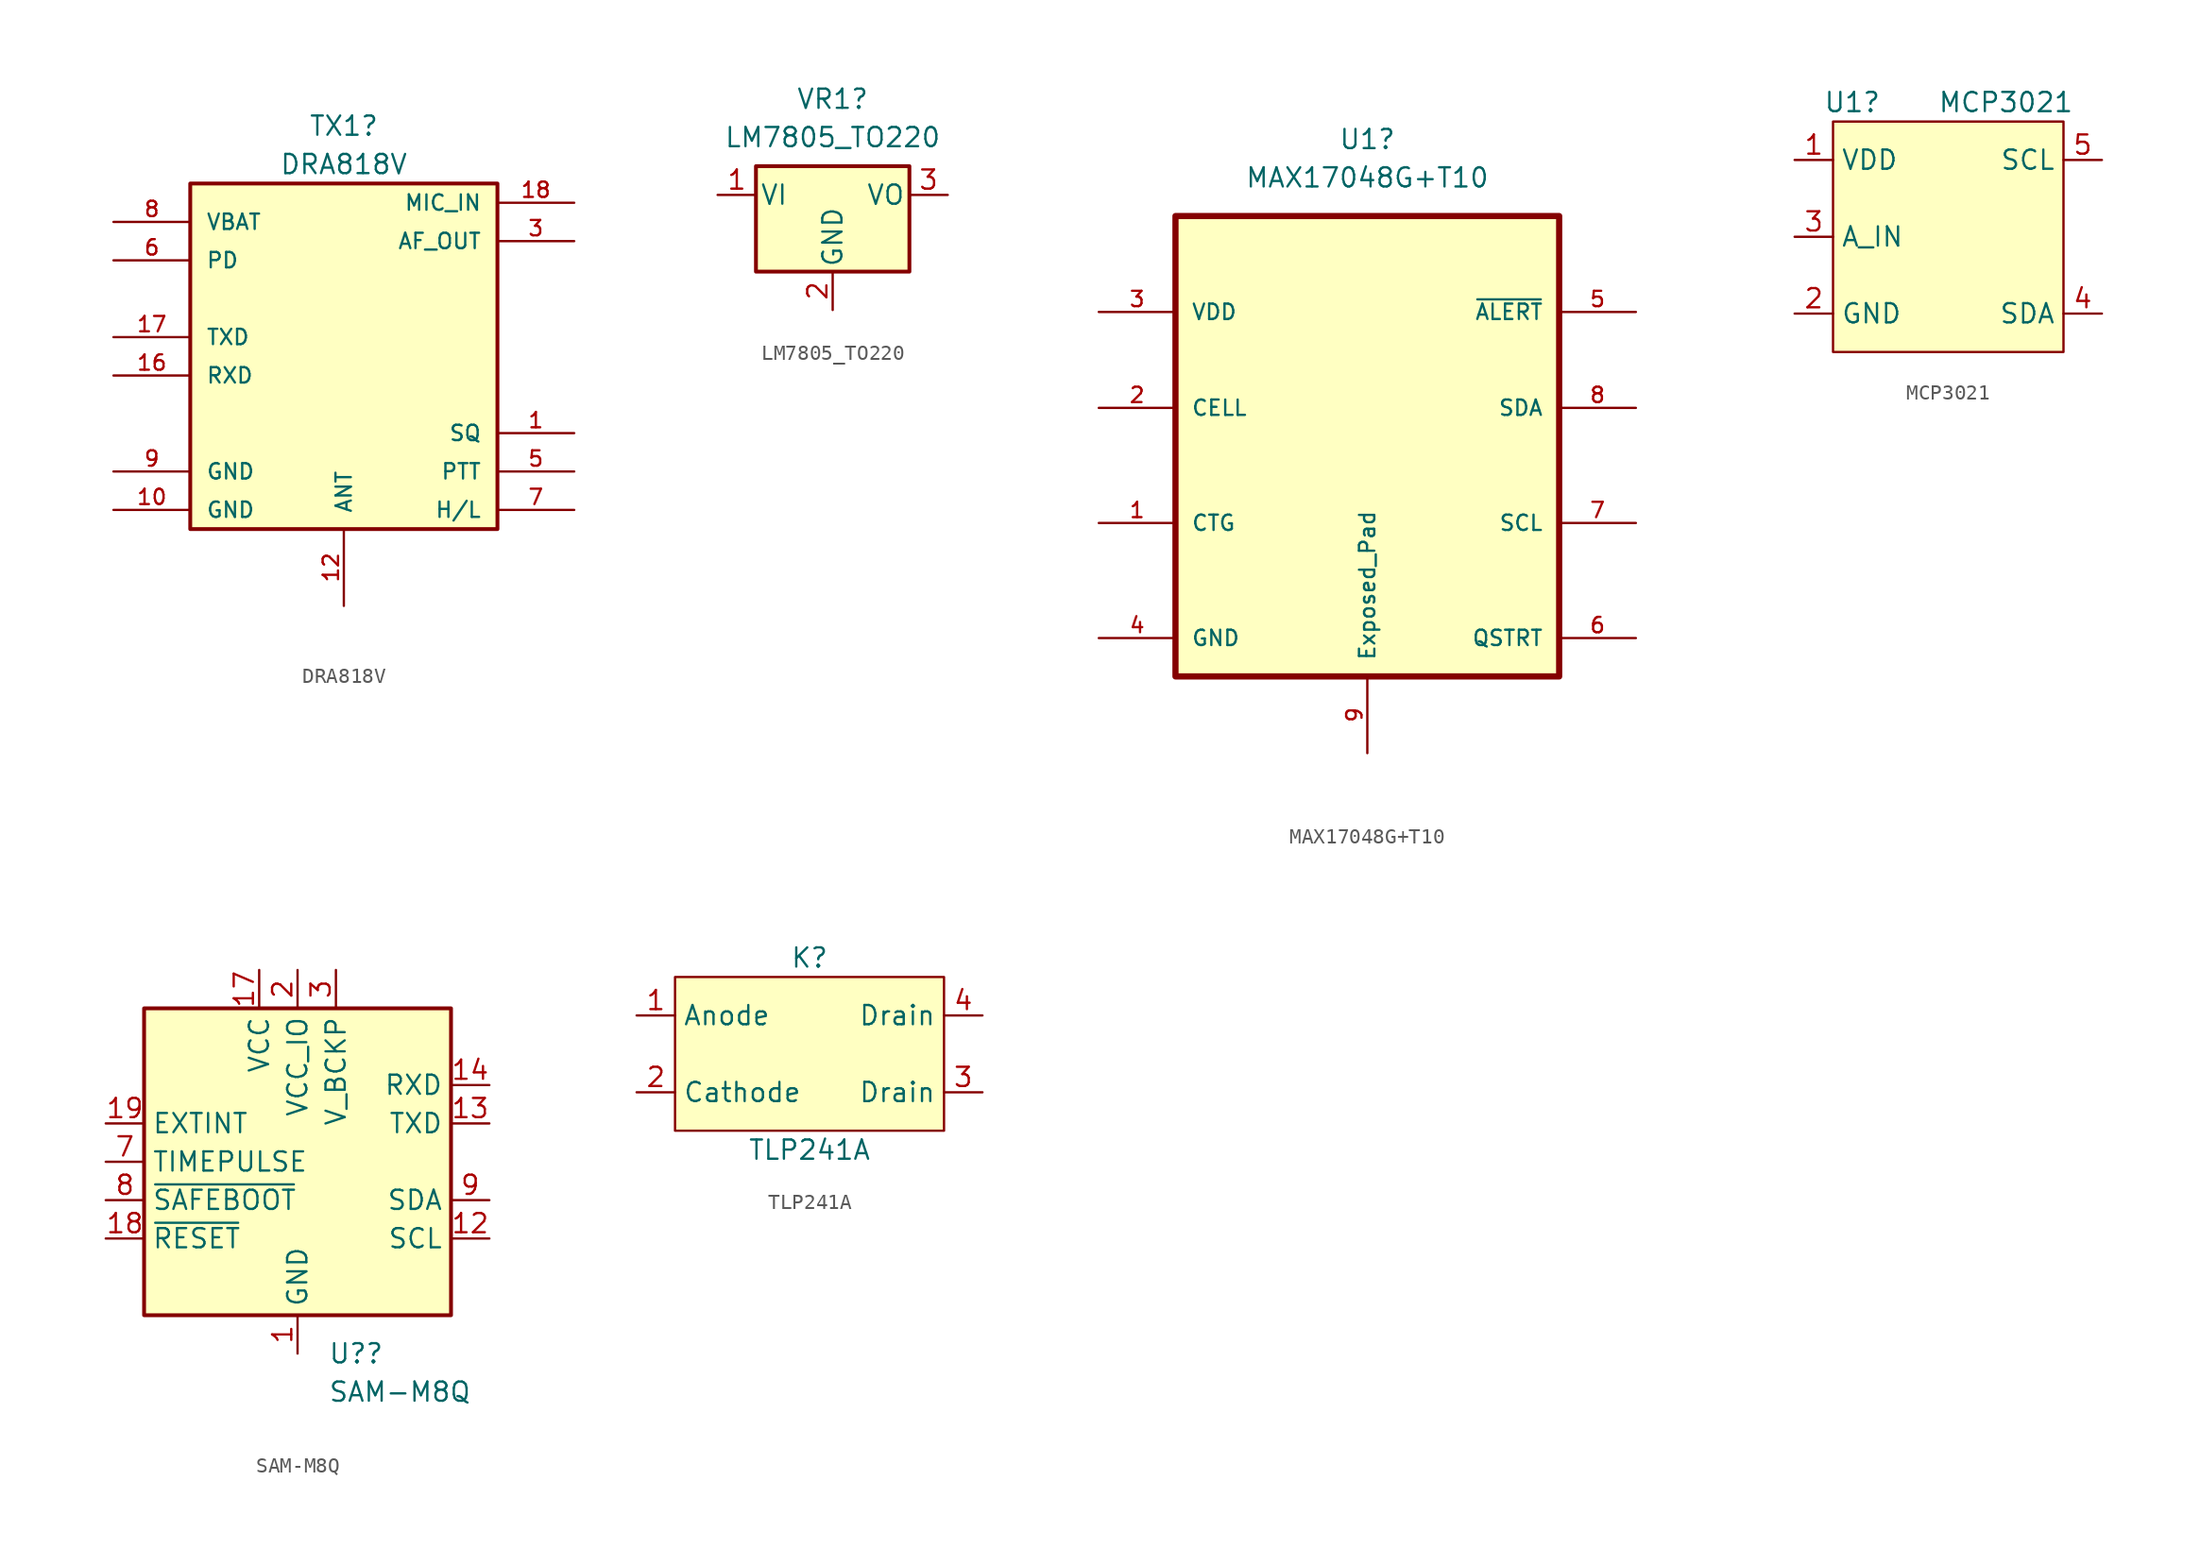
<source format=kicad_sym>
(kicad_symbol_lib
  (version 20220914)
  (generator kicad_symbol_editor)
  (symbol "DRA818V"
    (pin_names
      (offset 1.016))
    (property "Reference" "TX1"
      (at 0 16.51 0)
      (effects (font (size 1.27 1.27))))
    (property "Value" "DRA818V"
      (at 0 13.97 0)
      (effects (font (size 1.27 1.27))))
    (symbol "DRA818V_0_0"
      (rectangle (start -10.16 -10.16) (end 10.16 12.7) (stroke (width 0.254) (type default)) (fill (type background)))
      (pin output line (at 15.24 -3.81 180) (length 5.08) (name "SQ" (effects (font (size 1.016 1.016)))) (number "1" (effects (font (size 1.016 1.016)))))
      (pin power_in line (at -15.24 -8.89 0) (length 5.08) (name "GND" (effects (font (size 1.016 1.016)))) (number "10" (effects (font (size 1.016 1.016)))))
      (pin passive line (at 0 -15.24 90) (length 5.08) (name "ANT" (effects (font (size 1.016 1.016)))) (number "12" (effects (font (size 1.016 1.016)))))
      (pin input line (at -15.24 0 0) (length 5.08) (name "RXD" (effects (font (size 1.016 1.016)))) (number "16" (effects (font (size 1.016 1.016)))))
      (pin output line (at -15.24 2.54 0) (length 5.08) (name "TXD" (effects (font (size 1.016 1.016)))) (number "17" (effects (font (size 1.016 1.016)))))
      (pin input line (at 15.24 11.43 180) (length 5.08) (name "MIC_IN" (effects (font (size 1.016 1.016)))) (number "18" (effects (font (size 1.016 1.016)))))
      (pin output line (at 15.24 8.89 180) (length 5.08) (name "AF_OUT" (effects (font (size 1.016 1.016)))) (number "3" (effects (font (size 1.016 1.016)))))
      (pin input line (at 15.24 -6.35 180) (length 5.08) (name "PTT" (effects (font (size 1.016 1.016)))) (number "5" (effects (font (size 1.016 1.016)))))
      (pin input line (at -15.24 7.62 0) (length 5.08) (name "PD" (effects (font (size 1.016 1.016)))) (number "6" (effects (font (size 1.016 1.016)))))
      (pin input line (at 15.24 -8.89 180) (length 5.08) (name "H/L" (effects (font (size 1.016 1.016)))) (number "7" (effects (font (size 1.016 1.016)))))
      (pin power_in line (at -15.24 10.16 0) (length 5.08) (name "VBAT" (effects (font (size 1.016 1.016)))) (number "8" (effects (font (size 1.016 1.016)))))
      (pin power_in line (at -15.24 -6.35 0) (length 5.08) (name "GND" (effects (font (size 1.016 1.016)))) (number "9" (effects (font (size 1.016 1.016)))))))
  (symbol "LM7805_TO220"
    (pin_names
      (offset 0.254))
    (property "Reference" "VR1"
      (at 0 6.35 0)
      (effects (font (size 1.27 1.27))))
    (property "Value" "LM7805_TO220"
      (at 0 3.81 0)
      (effects (font (size 1.27 1.27))))
    (symbol "LM7805_TO220_0_1"
      (rectangle (start -5.08 1.905) (end 5.08 -5.08) (stroke (width 0.254) (type default)) (fill (type background))))
    (symbol "LM7805_TO220_1_1"
      (pin power_in line (at -7.62 0 0) (length 2.54) (name "VI" (effects (font (size 1.27 1.27)))) (number "1" (effects (font (size 1.27 1.27)))))
      (pin power_in line (at 0 -7.62 90) (length 2.54) (name "GND" (effects (font (size 1.27 1.27)))) (number "2" (effects (font (size 1.27 1.27)))))
      (pin power_out line (at 7.62 0 180) (length 2.54) (name "VO" (effects (font (size 1.27 1.27)))) (number "3" (effects (font (size 1.27 1.27)))))))
  (symbol "MAX17048G+T10"
    (pin_names
      (offset 1.016))
    (property "Reference" "U1"
      (at 0 20.32 0)
      (effects (font (size 1.27 1.27))))
    (property "Value" "MAX17048G+T10"
      (at 0 17.78 0)
      (effects (font (size 1.27 1.27))))
    (symbol "MAX17048G+T10_0_0"
      (rectangle (start -12.7 -15.24) (end 12.7 15.24) (stroke (width 0.41) (type default)) (fill (type background)))
      (pin power_in line (at -17.78 -5.08 0) (length 5.08) (name "CTG" (effects (font (size 1.016 1.016)))) (number "1" (effects (font (size 1.016 1.016)))))
      (pin power_in line (at -17.78 2.54 0) (length 5.08) (name "CELL" (effects (font (size 1.016 1.016)))) (number "2" (effects (font (size 1.016 1.016)))))
      (pin power_in line (at -17.78 8.89 0) (length 5.08) (name "VDD" (effects (font (size 1.016 1.016)))) (number "3" (effects (font (size 1.016 1.016)))))
      (pin power_in line (at -17.78 -12.7 0) (length 5.08) (name "GND" (effects (font (size 1.016 1.016)))) (number "4" (effects (font (size 1.016 1.016)))))
      (pin output line (at 17.78 8.89 180) (length 5.08) (name "~{ALERT}" (effects (font (size 1.016 1.016)))) (number "5" (effects (font (size 1.016 1.016)))))
      (pin input line (at 17.78 -12.7 180) (length 5.08) (name "QSTRT" (effects (font (size 1.016 1.016)))) (number "6" (effects (font (size 1.016 1.016)))))
      (pin input line (at 17.78 -5.08 180) (length 5.08) (name "SCL" (effects (font (size 1.016 1.016)))) (number "7" (effects (font (size 1.016 1.016)))))
      (pin bidirectional line (at 17.78 2.54 180) (length 5.08) (name "SDA" (effects (font (size 1.016 1.016)))) (number "8" (effects (font (size 1.016 1.016)))))
      (pin power_in line (at 0 -20.32 90) (length 5.08) (name "Exposed_Pad" (effects (font (size 1.016 1.016)))) (number "9" (effects (font (size 1.016 1.016)))))))
  (symbol "MCP3021"
    (property "Reference" "U1"
      (at -6.35 8.89 0)
      (effects (font (size 1.27 1.27))))
    (property "Value" "MCP3021"
      (at 3.81 8.89 0)
      (effects (font (size 1.27 1.27))))
    (symbol "MCP3021_0_1"
      (rectangle (start -7.62 7.62) (end 7.62 -7.62) (stroke (width 0) (type default)) (fill (type background))))
    (symbol "MCP3021_1_1"
      (pin power_in line (at -10.16 5.08 0) (length 2.54) (name "VDD" (effects (font (size 1.27 1.27)))) (number "1" (effects (font (size 1.27 1.27)))))
      (pin power_in line (at -10.16 -5.08 0) (length 2.54) (name "GND" (effects (font (size 1.27 1.27)))) (number "2" (effects (font (size 1.27 1.27)))))
      (pin input line (at -10.16 0 0) (length 2.54) (name "A_IN" (effects (font (size 1.27 1.27)))) (number "3" (effects (font (size 1.27 1.27)))))
      (pin bidirectional line (at 10.16 -5.08 180) (length 2.54) (name "SDA" (effects (font (size 1.27 1.27)))) (number "4" (effects (font (size 1.27 1.27)))))
      (pin bidirectional line (at 10.16 5.08 180) (length 2.54) (name "SCL" (effects (font (size 1.27 1.27)))) (number "5" (effects (font (size 1.27 1.27)))))))
  (symbol "SAM-M8Q"
    (property "Reference" "U?"
      (at 2.019 -12.7 0)
      (effects (font (size 1.27 1.27)) (justify left)))
    (property "Value" "SAM-M8Q"
      (at 2.019 -15.24 0)
      (effects (font (size 1.27 1.27)) (justify left)))
    (symbol "SAM-M8Q_0_1"
      (rectangle (start -10.16 10.16) (end 10.16 -10.16) (stroke (width 0.254) (type default)) (fill (type background))))
    (symbol "SAM-M8Q_1_1"
      (pin power_in line (at 0 -12.7 90) (length 2.54) (name "GND" (effects (font (size 1.27 1.27)))) (number "1" (effects (font (size 1.27 1.27)))))
      (pin passive line (at 0 -12.7 90) (length 2.54) hide (name "GND" (effects (font (size 1.27 1.27)))) (number "10" (effects (font (size 1.27 1.27)))))
      (pin passive line (at 0 -12.7 90) (length 2.54) hide (name "GND" (effects (font (size 1.27 1.27)))) (number "11" (effects (font (size 1.27 1.27)))))
      (pin input line (at 12.7 -5.08 180) (length 2.54) (name "SCL" (effects (font (size 1.27 1.27)))) (number "12" (effects (font (size 1.27 1.27)))))
      (pin output line (at 12.7 2.54 180) (length 2.54) (name "TXD" (effects (font (size 1.27 1.27)))) (number "13" (effects (font (size 1.27 1.27)))))
      (pin input line (at 12.7 5.08 180) (length 2.54) (name "RXD" (effects (font (size 1.27 1.27)))) (number "14" (effects (font (size 1.27 1.27)))))
      (pin passive line (at 0 -12.7 90) (length 2.54) hide (name "GND" (effects (font (size 1.27 1.27)))) (number "15" (effects (font (size 1.27 1.27)))))
      (pin passive line (at 0 -12.7 90) (length 2.54) hide (name "GND" (effects (font (size 1.27 1.27)))) (number "16" (effects (font (size 1.27 1.27)))))
      (pin power_in line (at -2.54 12.7 270) (length 2.54) (name "VCC" (effects (font (size 1.27 1.27)))) (number "17" (effects (font (size 1.27 1.27)))))
      (pin input line (at -12.7 -5.08 0) (length 2.54) (name "~{RESET}" (effects (font (size 1.27 1.27)))) (number "18" (effects (font (size 1.27 1.27)))))
      (pin input line (at -12.7 2.54 0) (length 2.54) (name "EXTINT" (effects (font (size 1.27 1.27)))) (number "19" (effects (font (size 1.27 1.27)))))
      (pin power_in line (at 0 12.7 270) (length 2.54) (name "VCC_IO" (effects (font (size 1.27 1.27)))) (number "2" (effects (font (size 1.27 1.27)))))
      (pin passive line (at 0 -12.7 90) (length 2.54) hide (name "GND" (effects (font (size 1.27 1.27)))) (number "20" (effects (font (size 1.27 1.27)))))
      (pin power_in line (at 2.54 12.7 270) (length 2.54) (name "V_BCKP" (effects (font (size 1.27 1.27)))) (number "3" (effects (font (size 1.27 1.27)))))
      (pin passive line (at 0 -12.7 90) (length 2.54) hide (name "GND" (effects (font (size 1.27 1.27)))) (number "4" (effects (font (size 1.27 1.27)))))
      (pin passive line (at 0 -12.7 90) (length 2.54) hide (name "GND" (effects (font (size 1.27 1.27)))) (number "5" (effects (font (size 1.27 1.27)))))
      (pin passive line (at 0 -12.7 90) (length 2.54) hide (name "GND" (effects (font (size 1.27 1.27)))) (number "6" (effects (font (size 1.27 1.27)))))
      (pin output line (at -12.7 0 0) (length 2.54) (name "TIMEPULSE" (effects (font (size 1.27 1.27)))) (number "7" (effects (font (size 1.27 1.27)))))
      (pin input line (at -12.7 -2.54 0) (length 2.54) (name "~{SAFEBOOT}" (effects (font (size 1.27 1.27)))) (number "8" (effects (font (size 1.27 1.27)))))
      (pin bidirectional line (at 12.7 -2.54 180) (length 2.54) (name "SDA" (effects (font (size 1.27 1.27)))) (number "9" (effects (font (size 1.27 1.27)))))))
  (symbol "TLP241A"
    (property "Reference" "K"
      (at 0 6.35 0)
      (effects (font (size 1.27 1.27))))
    (property "Value" "TLP241A"
      (at 0 -6.35 0)
      (effects (font (size 1.27 1.27))))
    (symbol "TLP241A_0_1"
      (rectangle (start -8.89 5.08) (end 8.89 -5.08) (stroke (width 0) (type default)) (fill (type background))))
    (symbol "TLP241A_1_1"
      (pin input line (at -11.43 2.54 0) (length 2.54) (name "Anode" (effects (font (size 1.27 1.27)))) (number "1" (effects (font (size 1.27 1.27)))))
      (pin input line (at -11.43 -2.54 0) (length 2.54) (name "Cathode" (effects (font (size 1.27 1.27)))) (number "2" (effects (font (size 1.27 1.27)))))
      (pin bidirectional line (at 11.43 -2.54 180) (length 2.54) (name "Drain" (effects (font (size 1.27 1.27)))) (number "3" (effects (font (size 1.27 1.27)))))
      (pin power_out line (at 11.43 2.54 180) (length 2.54) (name "Drain" (effects (font (size 1.27 1.27)))) (number "4" (effects (font (size 1.27 1.27))))))))
</source>
